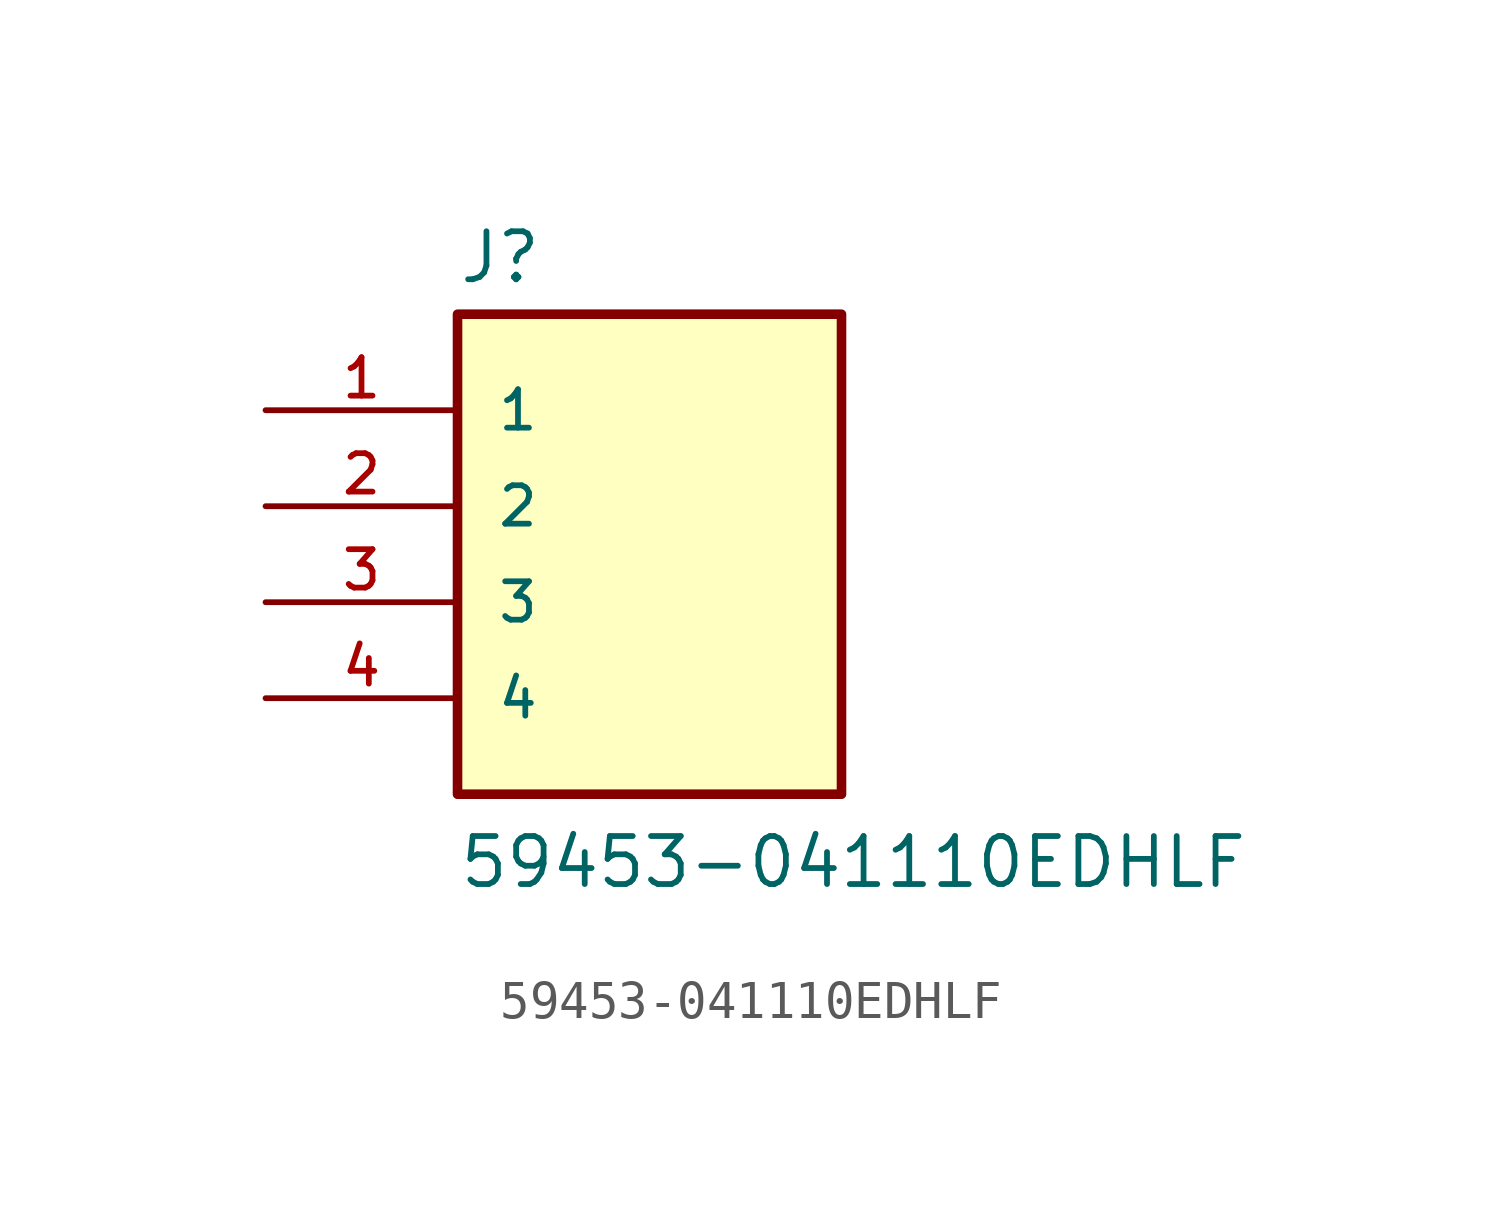
<source format=kicad_sym>
(kicad_symbol_lib
  (version 20241209)
  (generator "kicad_symbol_editor")
  (generator_version "9.0")
  (symbol "59453-041110EDHLF"
    (pin_names
      (offset 1.016))
    (property "Reference" "J"
      (at -5.08 5.842 0)
      (effects (font (size 1.27 1.27)) (justify left bottom)))
    (property "Value" "59453-041110EDHLF"
      (at -5.08 -10.16 0)
      (effects (font (size 1.27 1.27)) (justify left bottom)))
    (symbol "59453-041110EDHLF_0_0"
      (rectangle (start -5.08 -7.62) (end 5.08 5.08) (stroke (width 0.254) (type default)) (fill (type background)))
      (pin passive line (at -10.16 2.54 0) (length 5.08) (name "1" (effects (font (size 1.016 1.016)))) (number "1" (effects (font (size 1.016 1.016)))))
      (pin passive line (at -10.16 0 0) (length 5.08) (name "2" (effects (font (size 1.016 1.016)))) (number "2" (effects (font (size 1.016 1.016)))))
      (pin passive line (at -10.16 -2.54 0) (length 5.08) (name "3" (effects (font (size 1.016 1.016)))) (number "3" (effects (font (size 1.016 1.016)))))
      (pin passive line (at -10.16 -5.08 0) (length 5.08) (name "4" (effects (font (size 1.016 1.016)))) (number "4" (effects (font (size 1.016 1.016))))))))
</source>
